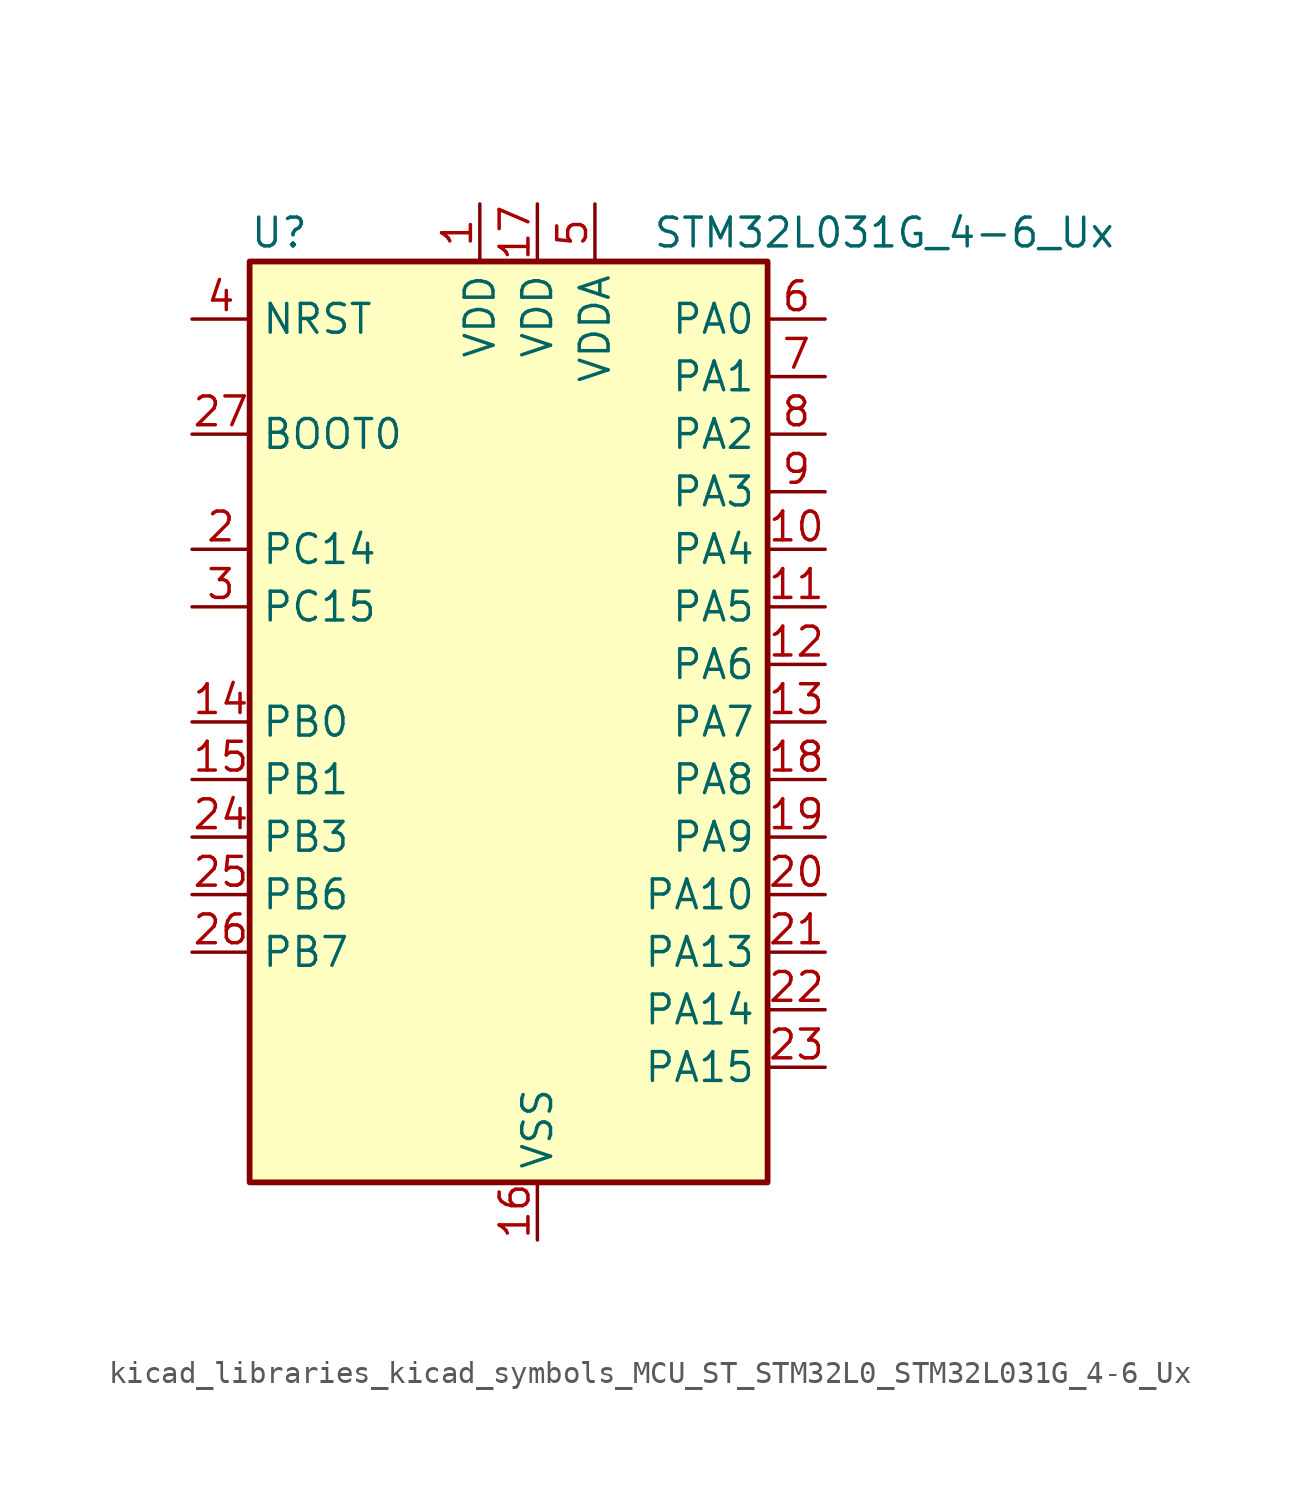
<source format=kicad_sym>
(kicad_symbol_lib
  (version 20220914)
  (generator kicad_symbol_editor)
  (symbol "kicad_libraries_kicad_symbols_MCU_ST_STM32L0_STM32L031G_4-6_Ux"
    (property "Reference" "U"
      (at -10.16 21.59 0)
      (effects (font (size 1.27 1.27)) (justify left)))
    (property "Value" "STM32L031G_4-6_Ux"
      (at 7.62 21.59 0)
      (effects (font (size 1.27 1.27)) (justify left)))
    (property "ki_locked" ""
      (at 0 0 0)
      (effects (font (size 1.27 1.27))))
    (symbol "kicad_libraries_kicad_symbols_MCU_ST_STM32L0_STM32L031G_4-6_Ux_0_1"
      (rectangle (start -10.16 -20.32) (end 12.7 20.32) (stroke (width 0.254) (type default)) (fill (type background))))
    (symbol "kicad_libraries_kicad_symbols_MCU_ST_STM32L0_STM32L031G_4-6_Ux_1_1"
      (pin power_in line (at 0 22.86 270) (length 2.54) (name "VDD" (effects (font (size 1.27 1.27)))) (number "1" (effects (font (size 1.27 1.27)))))
      (pin bidirectional line (at 15.24 7.62 180) (length 2.54) (name "PA4" (effects (font (size 1.27 1.27)))) (number "10" (effects (font (size 1.27 1.27)))) (alternate "ADC_IN4" bidirectional line) (alternate "COMP1_INM" bidirectional line) (alternate "COMP2_INM" bidirectional line) (alternate "LPTIM1_IN1" bidirectional line) (alternate "SPI1_NSS" bidirectional line) (alternate "TIM22_ETR" bidirectional line) (alternate "USART2_CK" bidirectional line))
      (pin bidirectional line (at 15.24 5.08 180) (length 2.54) (name "PA5" (effects (font (size 1.27 1.27)))) (number "11" (effects (font (size 1.27 1.27)))) (alternate "ADC_IN5" bidirectional line) (alternate "COMP1_INM" bidirectional line) (alternate "COMP2_INM" bidirectional line) (alternate "LPTIM1_IN2" bidirectional line) (alternate "SPI1_SCK" bidirectional line) (alternate "TIM2_CH1" bidirectional line) (alternate "TIM2_ETR" bidirectional line))
      (pin bidirectional line (at 15.24 2.54 180) (length 2.54) (name "PA6" (effects (font (size 1.27 1.27)))) (number "12" (effects (font (size 1.27 1.27)))) (alternate "ADC_IN6" bidirectional line) (alternate "COMP1_OUT" bidirectional line) (alternate "LPTIM1_ETR" bidirectional line) (alternate "LPUART1_CTS" bidirectional line) (alternate "SPI1_MISO" bidirectional line) (alternate "TIM22_CH1" bidirectional line))
      (pin bidirectional line (at 15.24 0 180) (length 2.54) (name "PA7" (effects (font (size 1.27 1.27)))) (number "13" (effects (font (size 1.27 1.27)))) (alternate "ADC_IN7" bidirectional line) (alternate "COMP2_OUT" bidirectional line) (alternate "LPTIM1_OUT" bidirectional line) (alternate "SPI1_MOSI" bidirectional line) (alternate "TIM22_CH2" bidirectional line) (alternate "USART2_CTS" bidirectional line))
      (pin bidirectional line (at -12.7 0 0) (length 2.54) (name "PB0" (effects (font (size 1.27 1.27)))) (number "14" (effects (font (size 1.27 1.27)))) (alternate "ADC_IN8" bidirectional line) (alternate "SPI1_MISO" bidirectional line) (alternate "SYS_VREF_OUT_PB0" bidirectional line) (alternate "TIM2_CH3" bidirectional line) (alternate "USART2_DE" bidirectional line) (alternate "USART2_RTS" bidirectional line))
      (pin bidirectional line (at -12.7 -2.54 0) (length 2.54) (name "PB1" (effects (font (size 1.27 1.27)))) (number "15" (effects (font (size 1.27 1.27)))) (alternate "ADC_IN9" bidirectional line) (alternate "LPUART1_DE" bidirectional line) (alternate "LPUART1_RTS" bidirectional line) (alternate "SPI1_MOSI" bidirectional line) (alternate "SYS_VREF_OUT_PB1" bidirectional line) (alternate "TIM2_CH4" bidirectional line) (alternate "USART2_CK" bidirectional line))
      (pin power_in line (at 2.54 -22.86 90) (length 2.54) (name "VSS" (effects (font (size 1.27 1.27)))) (number "16" (effects (font (size 1.27 1.27)))))
      (pin power_in line (at 2.54 22.86 270) (length 2.54) (name "VDD" (effects (font (size 1.27 1.27)))) (number "17" (effects (font (size 1.27 1.27)))))
      (pin bidirectional line (at 15.24 -2.54 180) (length 2.54) (name "PA8" (effects (font (size 1.27 1.27)))) (number "18" (effects (font (size 1.27 1.27)))) (alternate "LPTIM1_IN1" bidirectional line) (alternate "RCC_MCO" bidirectional line) (alternate "TIM2_CH1" bidirectional line) (alternate "USART2_CK" bidirectional line))
      (pin bidirectional line (at 15.24 -5.08 180) (length 2.54) (name "PA9" (effects (font (size 1.27 1.27)))) (number "19" (effects (font (size 1.27 1.27)))) (alternate "I2C1_SCL" bidirectional line) (alternate "RCC_MCO" bidirectional line) (alternate "TIM22_CH1" bidirectional line) (alternate "USART2_TX" bidirectional line))
      (pin bidirectional line (at -12.7 7.62 0) (length 2.54) (name "PC14" (effects (font (size 1.27 1.27)))) (number "2" (effects (font (size 1.27 1.27)))) (alternate "RCC_OSC32_IN" bidirectional line))
      (pin bidirectional line (at 15.24 -7.62 180) (length 2.54) (name "PA10" (effects (font (size 1.27 1.27)))) (number "20" (effects (font (size 1.27 1.27)))) (alternate "I2C1_SDA" bidirectional line) (alternate "TIM22_CH2" bidirectional line) (alternate "USART2_RX" bidirectional line))
      (pin bidirectional line (at 15.24 -10.16 180) (length 2.54) (name "PA13" (effects (font (size 1.27 1.27)))) (number "21" (effects (font (size 1.27 1.27)))) (alternate "LPTIM1_ETR" bidirectional line) (alternate "LPUART1_RX" bidirectional line) (alternate "SYS_SWDIO" bidirectional line))
      (pin bidirectional line (at 15.24 -12.7 180) (length 2.54) (name "PA14" (effects (font (size 1.27 1.27)))) (number "22" (effects (font (size 1.27 1.27)))) (alternate "I2C1_SMBA" bidirectional line) (alternate "LPTIM1_OUT" bidirectional line) (alternate "LPUART1_TX" bidirectional line) (alternate "SYS_SWCLK" bidirectional line) (alternate "USART2_TX" bidirectional line))
      (pin bidirectional line (at 15.24 -15.24 180) (length 2.54) (name "PA15" (effects (font (size 1.27 1.27)))) (number "23" (effects (font (size 1.27 1.27)))) (alternate "SPI1_NSS" bidirectional line) (alternate "TIM2_CH1" bidirectional line) (alternate "TIM2_ETR" bidirectional line) (alternate "USART2_RX" bidirectional line))
      (pin bidirectional line (at -12.7 -5.08 0) (length 2.54) (name "PB3" (effects (font (size 1.27 1.27)))) (number "24" (effects (font (size 1.27 1.27)))) (alternate "COMP2_INM" bidirectional line) (alternate "SPI1_SCK" bidirectional line) (alternate "TIM2_CH2" bidirectional line))
      (pin bidirectional line (at -12.7 -7.62 0) (length 2.54) (name "PB6" (effects (font (size 1.27 1.27)))) (number "25" (effects (font (size 1.27 1.27)))) (alternate "COMP2_INP" bidirectional line) (alternate "I2C1_SCL" bidirectional line) (alternate "LPTIM1_ETR" bidirectional line) (alternate "TIM21_CH1" bidirectional line) (alternate "USART2_TX" bidirectional line))
      (pin bidirectional line (at -12.7 -10.16 0) (length 2.54) (name "PB7" (effects (font (size 1.27 1.27)))) (number "26" (effects (font (size 1.27 1.27)))) (alternate "COMP2_INP" bidirectional line) (alternate "I2C1_SDA" bidirectional line) (alternate "LPTIM1_IN2" bidirectional line) (alternate "SYS_PVD_IN" bidirectional line) (alternate "USART2_RX" bidirectional line))
      (pin input line (at -12.7 12.7 0) (length 2.54) (name "BOOT0" (effects (font (size 1.27 1.27)))) (number "27" (effects (font (size 1.27 1.27)))))
      (pin passive line (at 2.54 -22.86 90) (length 2.54) hide (name "VSS" (effects (font (size 1.27 1.27)))) (number "28" (effects (font (size 1.27 1.27)))))
      (pin bidirectional line (at -12.7 5.08 0) (length 2.54) (name "PC15" (effects (font (size 1.27 1.27)))) (number "3" (effects (font (size 1.27 1.27)))) (alternate "RCC_OSC32_OUT" bidirectional line))
      (pin input line (at -12.7 17.78 0) (length 2.54) (name "NRST" (effects (font (size 1.27 1.27)))) (number "4" (effects (font (size 1.27 1.27)))))
      (pin power_in line (at 5.08 22.86 270) (length 2.54) (name "VDDA" (effects (font (size 1.27 1.27)))) (number "5" (effects (font (size 1.27 1.27)))))
      (pin bidirectional line (at 15.24 17.78 180) (length 2.54) (name "PA0" (effects (font (size 1.27 1.27)))) (number "6" (effects (font (size 1.27 1.27)))) (alternate "ADC_IN0" bidirectional line) (alternate "COMP1_INM" bidirectional line) (alternate "COMP1_OUT" bidirectional line) (alternate "LPTIM1_IN1" bidirectional line) (alternate "RCC_CK_IN" bidirectional line) (alternate "RTC_TAMP2" bidirectional line) (alternate "SYS_WKUP1" bidirectional line) (alternate "TIM2_CH1" bidirectional line) (alternate "TIM2_ETR" bidirectional line) (alternate "USART2_CTS" bidirectional line))
      (pin bidirectional line (at 15.24 15.24 180) (length 2.54) (name "PA1" (effects (font (size 1.27 1.27)))) (number "7" (effects (font (size 1.27 1.27)))) (alternate "ADC_IN1" bidirectional line) (alternate "COMP1_INP" bidirectional line) (alternate "I2C1_SMBA" bidirectional line) (alternate "LPTIM1_IN2" bidirectional line) (alternate "TIM21_ETR" bidirectional line) (alternate "TIM2_CH2" bidirectional line) (alternate "USART2_DE" bidirectional line) (alternate "USART2_RTS" bidirectional line))
      (pin bidirectional line (at 15.24 12.7 180) (length 2.54) (name "PA2" (effects (font (size 1.27 1.27)))) (number "8" (effects (font (size 1.27 1.27)))) (alternate "ADC_IN2" bidirectional line) (alternate "COMP2_INM" bidirectional line) (alternate "COMP2_OUT" bidirectional line) (alternate "LPUART1_TX" bidirectional line) (alternate "RTC_OUT_ALARM" bidirectional line) (alternate "RTC_OUT_CALIB" bidirectional line) (alternate "RTC_TAMP3" bidirectional line) (alternate "RTC_TS" bidirectional line) (alternate "SYS_WKUP3" bidirectional line) (alternate "TIM21_CH1" bidirectional line) (alternate "TIM2_CH3" bidirectional line) (alternate "USART2_TX" bidirectional line))
      (pin bidirectional line (at 15.24 10.16 180) (length 2.54) (name "PA3" (effects (font (size 1.27 1.27)))) (number "9" (effects (font (size 1.27 1.27)))) (alternate "ADC_IN3" bidirectional line) (alternate "COMP2_INP" bidirectional line) (alternate "LPUART1_RX" bidirectional line) (alternate "TIM21_CH2" bidirectional line) (alternate "TIM2_CH4" bidirectional line) (alternate "USART2_RX" bidirectional line)))))
</source>
